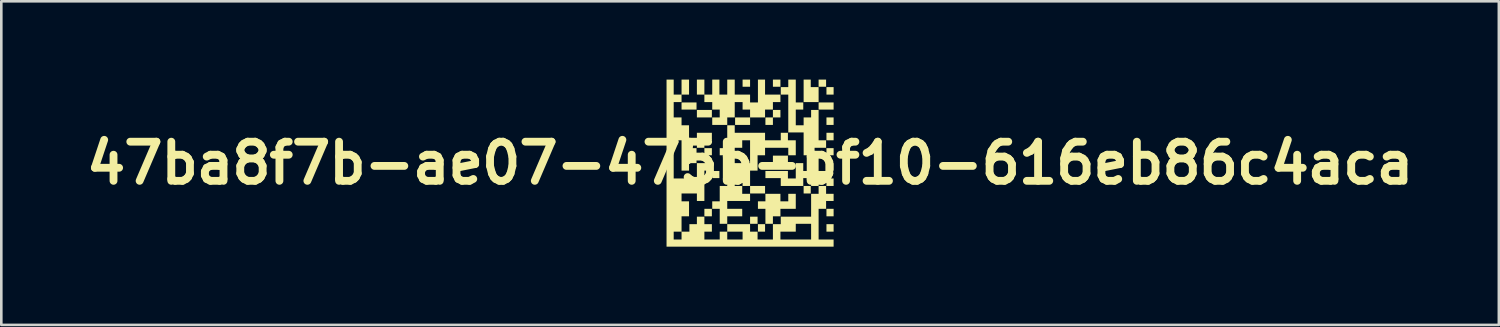
<source format=kicad_pcb>
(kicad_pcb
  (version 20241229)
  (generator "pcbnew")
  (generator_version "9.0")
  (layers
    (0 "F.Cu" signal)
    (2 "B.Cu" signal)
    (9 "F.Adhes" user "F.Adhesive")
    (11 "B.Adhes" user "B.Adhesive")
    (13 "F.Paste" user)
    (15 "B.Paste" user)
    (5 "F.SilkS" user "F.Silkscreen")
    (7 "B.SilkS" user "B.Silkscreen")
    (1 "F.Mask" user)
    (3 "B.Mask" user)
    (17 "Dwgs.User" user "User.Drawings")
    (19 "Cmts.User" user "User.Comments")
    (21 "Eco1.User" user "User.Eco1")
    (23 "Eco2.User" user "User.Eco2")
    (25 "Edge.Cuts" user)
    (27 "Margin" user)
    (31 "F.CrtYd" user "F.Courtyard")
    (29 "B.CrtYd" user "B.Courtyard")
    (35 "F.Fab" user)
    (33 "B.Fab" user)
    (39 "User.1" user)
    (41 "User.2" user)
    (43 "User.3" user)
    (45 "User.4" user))
  (footprint "47ba8f7b-ae07-475b-bf10-616eb86c4aca"
    (layer "F.Cu")
    (at 25.693 3.201)
    (property "Reference" "47ba8f7b-ae07-475b-bf10-616eb86c4aca" (at 0 0 0) (layer "F.SilkS") (effects (font (size 1.5 1.5) (thickness 0.3))))
    (attr board_only exclude_from_pos_files exclude_from_bom)
    (fp_poly (pts (xy -2.052 -2.188) (xy -2.052 -2.052) (xy -2.339 -2.052) (xy -2.626 -2.052) (xy -2.626 -2.188) (xy -2.626 -2.325) (xy -2.339 -2.325) (xy -2.052 -2.325)) (stroke (width 0) (type solid)) (fill yes) (layer "F.SilkS"))
    (fp_poly (pts (xy -1.464 -1.894) (xy -1.464 -1.751) (xy -1.751 -1.751) (xy -2.038 -1.751) (xy -2.038 -1.894) (xy -2.038 -2.038) (xy -1.751 -2.038) (xy -1.464 -2.038)) (stroke (width 0) (type solid)) (fill yes) (layer "F.SilkS"))
    (fp_poly (pts (xy -1.464 -0.438) (xy -1.464 -0.301) (xy -1.607 -0.301) (xy -1.751 -0.301) (xy -1.751 -0.438) (xy -1.751 -0.574) (xy -1.607 -0.574) (xy -1.464 -0.574)) (stroke (width 0) (type solid)) (fill yes) (layer "F.SilkS"))
    (fp_poly (pts (xy -1.464 1.894) (xy -1.464 2.038) (xy -1.607 2.038) (xy -1.751 2.038) (xy -1.751 1.894) (xy -1.751 1.751) (xy -1.607 1.751) (xy -1.464 1.751)) (stroke (width 0) (type solid)) (fill yes) (layer "F.SilkS"))
    (fp_poly (pts (xy -1.176 0.438) (xy -1.176 0.574) (xy -1.313 0.574) (xy -1.45 0.574) (xy -1.45 0.438) (xy -1.45 0.301) (xy -1.313 0.301) (xy -1.176 0.301)) (stroke (width 0) (type solid)) (fill yes) (layer "F.SilkS"))
    (fp_poly (pts (xy -0.000001 -3.064) (xy -0.000001 -2.927) (xy -0.144 -2.927) (xy -0.287 -2.927) (xy -0.287 -3.064) (xy -0.287 -3.201) (xy -0.144 -3.201) (xy -0.000001 -3.201)) (stroke (width 0) (type solid)) (fill yes) (layer "F.SilkS"))
    (fp_poly (pts (xy 0.287 2.188) (xy 0.287 2.325) (xy 0.144 2.325) (xy -0.000001 2.325) (xy -0.000001 2.188) (xy -0.000001 2.052) (xy 0.144 2.052) (xy 0.287 2.052)) (stroke (width 0) (type solid)) (fill yes) (layer "F.SilkS"))
    (fp_poly (pts (xy 0.574 1.019) (xy 0.574 1.163) (xy 0.287 1.163) (xy -0.000001 1.163) (xy -0.000001 1.019) (xy -0.000001 0.875) (xy 0.287 0.875) (xy 0.574 0.875)) (stroke (width 0) (type solid)) (fill yes) (layer "F.SilkS"))
    (fp_poly (pts (xy 0.574 2.483) (xy 0.574 2.626) (xy 0.438 2.626) (xy 0.301 2.626) (xy 0.301 2.483) (xy 0.301 2.339) (xy 0.438 2.339) (xy 0.574 2.339)) (stroke (width 0) (type solid)) (fill yes) (layer "F.SilkS"))
    (fp_poly (pts (xy 1.163 -3.064) (xy 1.163 -2.927) (xy 1.019 -2.927) (xy 0.875 -2.927) (xy 0.875 -3.064) (xy 0.875 -3.201) (xy 1.019 -3.201) (xy 1.163 -3.201)) (stroke (width 0) (type solid)) (fill yes) (layer "F.SilkS"))
    (fp_poly (pts (xy 1.45 -0.144) (xy 1.45 -0.000001) (xy 1.163 -0.000001) (xy 0.875 -0.000001) (xy 0.875 -0.144) (xy 0.875 -0.287) (xy 1.163 -0.287) (xy 1.45 -0.287)) (stroke (width 0) (type solid)) (fill yes) (layer "F.SilkS"))
    (fp_poly (pts (xy 2.325 1.019) (xy 2.325 1.163) (xy 2.188 1.163) (xy 2.052 1.163) (xy 2.052 1.019) (xy 2.052 0.875) (xy 2.188 0.875) (xy 2.325 0.875)) (stroke (width 0) (type solid)) (fill yes) (layer "F.SilkS"))
    (fp_poly (pts (xy 2.913 -3.064) (xy 2.913 -2.927) (xy 2.77 -2.927) (xy 2.626 -2.927) (xy 2.626 -3.064) (xy 2.626 -3.201) (xy 2.77 -3.201) (xy 2.913 -3.201)) (stroke (width 0) (type solid)) (fill yes) (layer "F.SilkS"))
    (fp_poly (pts (xy 3.201 -2.77) (xy 3.201 -2.626) (xy 3.064 -2.626) (xy 2.927 -2.626) (xy 2.927 -2.77) (xy 2.927 -2.913) (xy 3.064 -2.913) (xy 3.201 -2.913)) (stroke (width 0) (type solid)) (fill yes) (layer "F.SilkS"))
    (fp_poly (pts (xy 3.201 -2.188) (xy 3.201 -2.052) (xy 2.913 -2.052) (xy 2.626 -2.052) (xy 2.626 -2.188) (xy 2.626 -2.325) (xy 2.913 -2.325) (xy 3.201 -2.325)) (stroke (width 0) (type solid)) (fill yes) (layer "F.SilkS"))
    (fp_poly (pts (xy 3.201 -1.607) (xy 3.201 -1.464) (xy 3.064 -1.464) (xy 2.927 -1.464) (xy 2.927 -1.607) (xy 2.927 -1.751) (xy 3.064 -1.751) (xy 3.201 -1.751)) (stroke (width 0) (type solid)) (fill yes) (layer "F.SilkS"))
    (fp_poly (pts (xy 3.201 -1.019) (xy 3.201 -0.875) (xy 3.064 -0.875) (xy 2.927 -0.875) (xy 2.927 -1.019) (xy 2.927 -1.163) (xy 3.064 -1.163) (xy 3.201 -1.163)) (stroke (width 0) (type solid)) (fill yes) (layer "F.SilkS"))
    (fp_poly (pts (xy 3.201 -0.438) (xy 3.201 -0.301) (xy 3.064 -0.301) (xy 2.927 -0.301) (xy 2.927 -0.438) (xy 2.927 -0.574) (xy 3.064 -0.574) (xy 3.201 -0.574)) (stroke (width 0) (type solid)) (fill yes) (layer "F.SilkS"))
    (fp_poly (pts (xy 3.201 0.144) (xy 3.201 0.287) (xy 3.064 0.287) (xy 2.927 0.287) (xy 2.927 0.144) (xy 2.927 -0.000001) (xy 3.064 -0.000001) (xy 3.201 -0.000001)) (stroke (width 0) (type solid)) (fill yes) (layer "F.SilkS"))
    (fp_poly (pts (xy 3.201 0.732) (xy 3.201 0.875) (xy 3.064 0.875) (xy 2.927 0.875) (xy 2.927 0.732) (xy 2.927 0.588) (xy 3.064 0.588) (xy 3.201 0.588)) (stroke (width 0) (type solid)) (fill yes) (layer "F.SilkS"))
    (fp_poly (pts (xy 3.201 1.894) (xy 3.201 2.038) (xy 3.064 2.038) (xy 2.927 2.038) (xy 2.927 1.894) (xy 2.927 1.751) (xy 3.064 1.751) (xy 3.201 1.751)) (stroke (width 0) (type solid)) (fill yes) (layer "F.SilkS"))
    (fp_poly (pts (xy 3.201 2.483) (xy 3.201 2.626) (xy 3.064 2.626) (xy 2.927 2.626) (xy 2.927 2.483) (xy 2.927 2.339) (xy 3.064 2.339) (xy 3.201 2.339)) (stroke (width 0) (type solid)) (fill yes) (layer "F.SilkS"))
    (fp_poly (pts (xy -1.464 -1.019) (xy -1.464 -0.875) (xy -1.607 -0.875) (xy -1.751 -0.875) (xy -1.751 -0.732) (xy -1.751 -0.588) (xy -1.894 -0.588) (xy -2.038 -0.588) (xy -2.038 -0.875) (xy -2.038 -1.163) (xy -1.751 -1.163) (xy -1.464 -1.163)) (stroke (width 0) (type solid)) (fill yes) (layer "F.SilkS"))
    (fp_poly (pts (xy 2.325 -3.057) (xy 2.325 -2.913) (xy 2.476 -2.913) (xy 2.626 -2.913) (xy 2.626 -2.626) (xy 2.626 -2.339) (xy 2.339 -2.339) (xy 2.052 -2.339) (xy 2.052 -2.77) (xy 2.052 -3.201) (xy 2.188 -3.201) (xy 2.325 -3.201)) (stroke (width 0) (type solid)) (fill yes) (layer "F.SilkS"))
    (fp_poly (pts (xy 1.163 -1.894) (xy 1.163 -1.751) (xy 1.019 -1.751) (xy 0.875 -1.751) (xy 0.875 -1.607) (xy 0.875 -1.464) (xy 0.732 -1.464) (xy 0.588 -1.464) (xy 0.588 -1.607) (xy 0.588 -1.751) (xy 0.732 -1.751) (xy 0.875 -1.751) (xy 0.875 -1.894) (xy 0.875 -2.038) (xy 1.019 -2.038) (xy 1.163 -2.038)) (stroke (width 0) (type solid)) (fill yes) (layer "F.SilkS"))
    (fp_poly (pts (xy 1.163 1.32) (xy 1.163 1.464) (xy 1.313 1.464) (xy 1.464 1.464) (xy 1.464 1.32) (xy 1.464 1.176) (xy 1.607 1.176) (xy 1.751 1.176) (xy 1.751 1.464) (xy 1.751 1.751) (xy 1.457 1.751) (xy 1.163 1.751) (xy 1.163 1.894) (xy 1.163 2.038) (xy 1.019 2.038) (xy 0.875 2.038) (xy 0.875 2.182) (xy 0.875 2.325) (xy 0.732 2.325) (xy 0.588 2.325) (xy 0.588 2.038) (xy 0.588 1.751) (xy 0.445 1.751) (xy 0.301 1.751) (xy 0.301 1.607) (xy 0.301 1.464) (xy 0.445 1.464) (xy 0.588 1.464) (xy 0.588 1.32) (xy 0.588 1.176) (xy 0.875 1.176) (xy 1.163 1.176)) (stroke (width 0) (type solid)) (fill yes) (layer "F.SilkS"))
    (fp_poly (pts (xy 2.626 0.007) (xy 2.626 0.301) (xy 2.77 0.301) (xy 2.913 0.301) (xy 2.913 0.438) (xy 2.913 0.574) (xy 2.77 0.574) (xy 2.626 0.574) (xy 2.626 0.725) (xy 2.626 0.875) (xy 2.483 0.875) (xy 2.339 0.875) (xy 2.339 0.725) (xy 2.339 0.574) (xy 2.188 0.574) (xy 2.038 0.574) (xy 2.038 0.725) (xy 2.038 0.875) (xy 1.607 0.875) (xy 1.176 0.875) (xy 1.176 0.725) (xy 1.176 0.574) (xy 0.882 0.574) (xy 0.588 0.574) (xy 0.588 0.438) (xy 0.588 0.301) (xy 1.019 0.301) (xy 1.45 0.301) (xy 1.45 0.445) (xy 1.45 0.588) (xy 1.6 0.588) (xy 1.751 0.588) (xy 1.751 0.294) (xy 1.751 -0.000001) (xy 1.894 -0.000001) (xy 2.038 -0.000001) (xy 2.038 0.15) (xy 2.038 0.301) (xy 2.188 0.301) (xy 2.339 0.301) (xy 2.339 0.007) (xy 2.339 -0.287) (xy 2.483 -0.287) (xy 2.626 -0.287)) (stroke (width 0) (type solid)) (fill yes) (layer "F.SilkS"))
    (fp_poly (pts (xy 1.751 -2.763) (xy 1.751 -2.325) (xy 1.894 -2.325) (xy 2.038 -2.325) (xy 2.038 -2.188) (xy 2.038 -2.052) (xy 1.894 -2.052) (xy 1.751 -2.052) (xy 1.751 -1.751) (xy 1.751 -1.45) (xy 1.901 -1.45) (xy 2.052 -1.45) (xy 2.052 -1.6) (xy 2.052 -1.751) (xy 2.195 -1.751) (xy 2.339 -1.751) (xy 2.339 -1.894) (xy 2.339 -2.038) (xy 2.483 -2.038) (xy 2.626 -2.038) (xy 2.626 -1.457) (xy 2.626 -0.875) (xy 2.77 -0.875) (xy 2.913 -0.875) (xy 2.913 -0.732) (xy 2.913 -0.588) (xy 2.619 -0.588) (xy 2.325 -0.588) (xy 2.325 -0.445) (xy 2.325 -0.301) (xy 2.188 -0.301) (xy 2.052 -0.301) (xy 2.052 -0.739) (xy 2.052 -1.176) (xy 1.758 -1.176) (xy 1.464 -1.176) (xy 1.464 -1.901) (xy 1.464 -2.626) (xy 1.32 -2.626) (xy 1.176 -2.626) (xy 1.176 -2.77) (xy 1.176 -2.913) (xy 1.32 -2.913) (xy 1.464 -2.913) (xy 1.464 -3.057) (xy 1.464 -3.201) (xy 1.607 -3.201) (xy 1.751 -3.201)) (stroke (width 0) (type solid)) (fill yes) (layer "F.SilkS"))
    (fp_poly (pts (xy -1.751 -2.913) (xy -1.751 -2.626) (xy -1.6 -2.626) (xy -1.45 -2.626) (xy -1.45 -2.913) (xy -1.45 -3.201) (xy -1.313 -3.201) (xy -1.176 -3.201) (xy -1.176 -2.913) (xy -1.176 -2.626) (xy -1.026 -2.626) (xy -0.875 -2.626) (xy -0.875 -2.913) (xy -0.875 -3.201) (xy -0.732 -3.201) (xy -0.588 -3.201) (xy -0.588 -2.913) (xy -0.588 -2.626) (xy -0.294 -2.626) (xy -0.000001 -2.626) (xy -0.000001 -2.476) (xy -0.000001 -2.325) (xy 0.15 -2.325) (xy 0.301 -2.325) (xy 0.301 -2.763) (xy 0.301 -3.201) (xy 0.438 -3.201) (xy 0.574 -3.201) (xy 0.574 -2.913) (xy 0.574 -2.626) (xy 0.869 -2.626) (xy 1.163 -2.626) (xy 1.163 -2.483) (xy 1.163 -2.339) (xy 1.019 -2.339) (xy 0.875 -2.339) (xy 0.875 -2.195) (xy 0.875 -2.052) (xy 0.725 -2.052) (xy 0.574 -2.052) (xy 0.574 -1.901) (xy 0.574 -1.751) (xy 0.287 -1.751) (xy -0.000001 -1.751) (xy -0.000001 -1.607) (xy -0.000001 -1.464) (xy -0.287 -1.464) (xy -0.574 -1.464) (xy -0.574 -1.607) (xy -0.574 -1.751) (xy -0.287 -1.751) (xy -0.000001 -1.751) (xy -0.000001 -1.901) (xy -0.000001 -2.052) (xy -0.144 -2.052) (xy -0.287 -2.052) (xy -0.287 -2.195) (xy -0.287 -2.339) (xy -0.438 -2.339) (xy -0.588 -2.339) (xy -0.588 -2.045) (xy -0.588 -1.751) (xy -0.732 -1.751) (xy -0.875 -1.751) (xy -0.875 -1.607) (xy -0.875 -1.464) (xy -1.163 -1.464) (xy -1.45 -1.464) (xy -1.45 -1.607) (xy -1.45 -1.751) (xy -1.306 -1.751) (xy -1.163 -1.751) (xy -1.163 -1.901) (xy -1.163 -2.052) (xy -1.306 -2.052) (xy -1.45 -2.052) (xy -1.45 -2.195) (xy -1.45 -2.339) (xy -1.6 -2.339) (xy -1.751 -2.339) (xy -1.751 -2.483) (xy -1.751 -2.626) (xy -1.894 -2.626) (xy -2.038 -2.626) (xy -2.038 -2.913) (xy -2.038 -3.201) (xy -1.894 -3.201) (xy -1.751 -3.201)) (stroke (width 0) (type solid)) (fill yes) (layer "F.SilkS"))
    (fp_poly (pts (xy -0.588 -1.306) (xy -0.588 -1.163) (xy -0.007 -1.163) (xy 0.574 -1.163) (xy 0.574 -1.019) (xy 0.574 -0.875) (xy 0.875 -0.875) (xy 1.176 -0.875) (xy 1.176 -1.019) (xy 1.176 -1.163) (xy 1.313 -1.163) (xy 1.45 -1.163) (xy 1.45 -1.019) (xy 1.45 -0.875) (xy 1.6 -0.875) (xy 1.751 -0.875) (xy 1.751 -0.588) (xy 1.751 -0.301) (xy 1.607 -0.301) (xy 1.464 -0.301) (xy 1.464 -0.445) (xy 1.464 -0.588) (xy 1.019 -0.588) (xy 0.574 -0.588) (xy 0.574 -0.445) (xy 0.574 -0.301) (xy 0.431 -0.301) (xy 0.287 -0.301) (xy 0.287 -0.007) (xy 0.287 0.287) (xy 0.144 0.287) (xy -0.000001 0.287) (xy -0.000001 0.581) (xy -0.000001 0.875) (xy -0.144 0.875) (xy -0.287 0.875) (xy -0.287 0.725) (xy -0.287 0.574) (xy -0.438 0.574) (xy -0.588 0.574) (xy -0.588 0.725) (xy -0.588 0.875) (xy -0.445 0.875) (xy -0.301 0.875) (xy -0.301 1.026) (xy -0.301 1.176) (xy -0.15 1.176) (xy -0.000001 1.176) (xy -0.000001 1.313) (xy -0.000001 1.45) (xy -0.438 1.45) (xy -0.875 1.45) (xy -0.875 1.6) (xy -0.875 1.751) (xy -0.588 1.751) (xy -0.301 1.751) (xy -0.301 1.894) (xy -0.301 2.038) (xy -0.588 2.038) (xy -0.875 2.038) (xy -0.875 2.182) (xy -0.875 2.325) (xy -1.019 2.325) (xy -1.163 2.325) (xy -1.163 2.038) (xy -1.163 1.751) (xy -1.306 1.751) (xy -1.45 1.751) (xy -1.45 1.607) (xy -1.45 1.464) (xy -1.306 1.464) (xy -1.163 1.464) (xy -1.163 1.169) (xy -1.163 0.875) (xy -1.019 0.875) (xy -0.875 0.875) (xy -0.875 0.287) (xy -0.875 -0.301) (xy -1.019 -0.301) (xy -1.163 -0.301) (xy -1.163 -0.438) (xy -1.163 -0.574) (xy -1.019 -0.574) (xy -0.875 -0.574) (xy -0.875 -0.588) (xy -0.588 -0.588) (xy -0.588 -0.294) (xy -0.588 -0.000001) (xy -0.294 -0.000001) (xy -0.000001 -0.000001) (xy -0.000001 -0.438) (xy -0.000001 -0.875) (xy -0.15 -0.875) (xy -0.301 -0.875) (xy -0.301 -0.732) (xy -0.301 -0.588) (xy -0.445 -0.588) (xy -0.588 -0.588) (xy -0.875 -0.588) (xy -0.875 -1.012) (xy -0.875 -1.45) (xy -0.732 -1.45) (xy -0.588 -1.45)) (stroke (width 0) (type solid)) (fill yes) (layer "F.SilkS"))
    (fp_poly (pts (xy -2.927 -2.913) (xy -2.927 -2.626) (xy -2.777 -2.626) (xy -2.626 -2.626) (xy -2.626 -2.913) (xy -2.626 -3.201) (xy -2.483 -3.201) (xy -2.339 -3.201) (xy -2.339 -2.913) (xy -2.339 -2.626) (xy -2.483 -2.626) (xy -2.626 -2.626) (xy -2.626 -2.483) (xy -2.626 -2.339) (xy -2.777 -2.339) (xy -2.927 -2.339) (xy -2.927 -2.045) (xy -2.927 -1.751) (xy -2.777 -1.751) (xy -2.626 -1.751) (xy -2.626 -1.6) (xy -2.626 -1.45) (xy -2.483 -1.45) (xy -2.339 -1.45) (xy -2.339 -1.012) (xy -2.339 -0.574) (xy -2.195 -0.574) (xy -2.052 -0.574) (xy -2.052 -0.287) (xy -2.052 -0.000001) (xy -2.195 -0.000001) (xy -2.339 -0.000001) (xy -2.339 0.144) (xy -2.339 0.287) (xy -2.483 0.287) (xy -2.626 0.287) (xy -2.626 -0.294) (xy -2.626 -0.875) (xy -2.777 -0.875) (xy -2.927 -0.875) (xy -2.927 -0.144) (xy -2.927 0.588) (xy -2.483 0.588) (xy -2.038 0.588) (xy -2.038 0.294) (xy -2.038 -0.000001) (xy -1.751 -0.000001) (xy -1.464 -0.000001) (xy -1.464 0.144) (xy -1.464 0.287) (xy -1.607 0.287) (xy -1.751 0.287) (xy -1.751 0.869) (xy -1.751 1.45) (xy -1.894 1.45) (xy -2.038 1.45) (xy -2.038 1.306) (xy -2.038 1.163) (xy -2.332 1.163) (xy -2.626 1.163) (xy -2.626 1.313) (xy -2.626 1.464) (xy -2.483 1.464) (xy -2.339 1.464) (xy -2.339 1.751) (xy -2.339 2.038) (xy -2.483 2.038) (xy -2.626 2.038) (xy -2.626 2.332) (xy -2.626 2.626) (xy -2.476 2.626) (xy -2.325 2.626) (xy -2.325 2.483) (xy -2.325 2.339) (xy -2.182 2.339) (xy -2.038 2.339) (xy -2.038 2.195) (xy -2.038 2.052) (xy -1.894 2.052) (xy -1.751 2.052) (xy -1.751 2.195) (xy -1.751 2.339) (xy -1.607 2.339) (xy -1.464 2.339) (xy -1.464 2.483) (xy -1.464 2.626) (xy -1.607 2.626) (xy -1.751 2.626) (xy -1.751 2.777) (xy -1.751 2.927) (xy -1.457 2.927) (xy -1.163 2.927) (xy -1.163 2.777) (xy -0.875 2.777) (xy -0.875 2.927) (xy -0.581 2.927) (xy -0.287 2.927) (xy -0.287 2.777) (xy -0.287 2.626) (xy -0.581 2.626) (xy -0.875 2.626) (xy -0.875 2.777) (xy -1.163 2.777) (xy -1.163 2.626) (xy -1.019 2.626) (xy -0.875 2.626) (xy -0.875 2.483) (xy -0.875 2.339) (xy -0.438 2.339) (xy -0.000001 2.339) (xy -0.000001 2.483) (xy -0.000001 2.626) (xy 0.144 2.626) (xy 0.287 2.626) (xy 0.287 2.777) (xy 0.287 2.927) (xy 0.581 2.927) (xy 0.875 2.927) (xy 0.875 2.633) (xy 0.875 2.626) (xy 1.163 2.626) (xy 1.163 2.777) (xy 1.163 2.927) (xy 1.751 2.927) (xy 2.339 2.927) (xy 2.339 2.626) (xy 2.339 2.325) (xy 2.045 2.325) (xy 1.751 2.325) (xy 1.751 2.476) (xy 1.751 2.626) (xy 1.457 2.626) (xy 1.163 2.626) (xy 0.875 2.626) (xy 0.875 2.339) (xy 1.026 2.339) (xy 1.176 2.339) (xy 1.176 2.195) (xy 1.176 2.052) (xy 1.758 2.052) (xy 2.339 2.052) (xy 2.339 1.614) (xy 2.339 1.176) (xy 2.483 1.176) (xy 2.626 1.176) (xy 2.626 1.026) (xy 2.626 0.875) (xy 2.77 0.875) (xy 2.913 0.875) (xy 2.913 1.026) (xy 2.913 1.176) (xy 3.057 1.176) (xy 3.201 1.176) (xy 3.201 1.313) (xy 3.201 1.45) (xy 3.057 1.45) (xy 2.913 1.45) (xy 2.913 1.6) (xy 2.913 1.751) (xy 2.77 1.751) (xy 2.626 1.751) (xy 2.626 2.339) (xy 2.626 2.927) (xy 2.913 2.927) (xy 3.201 2.927) (xy 3.201 3.064) (xy 3.201 3.201) (xy -0.000001 3.201) (xy -3.201 3.201) (xy -3.201 2.777) (xy -2.927 2.777) (xy -2.927 2.927) (xy -2.777 2.927) (xy -2.626 2.927) (xy -2.626 2.777) (xy -2.626 2.626) (xy -2.777 2.626) (xy -2.927 2.626) (xy -2.927 2.777) (xy -3.201 2.777) (xy -3.201 -0.000001) (xy -3.201 -3.201) (xy -3.064 -3.201) (xy -2.927 -3.201)) (stroke (width 0) (type solid)) (fill yes) (layer "F.SilkS")))
  (gr_rect
    (start -3 -3)
    (end 54.386 9.401)
    (stroke (width 0.1) (type default))
    (fill no)
    (layer "Edge.Cuts")))
</source>
